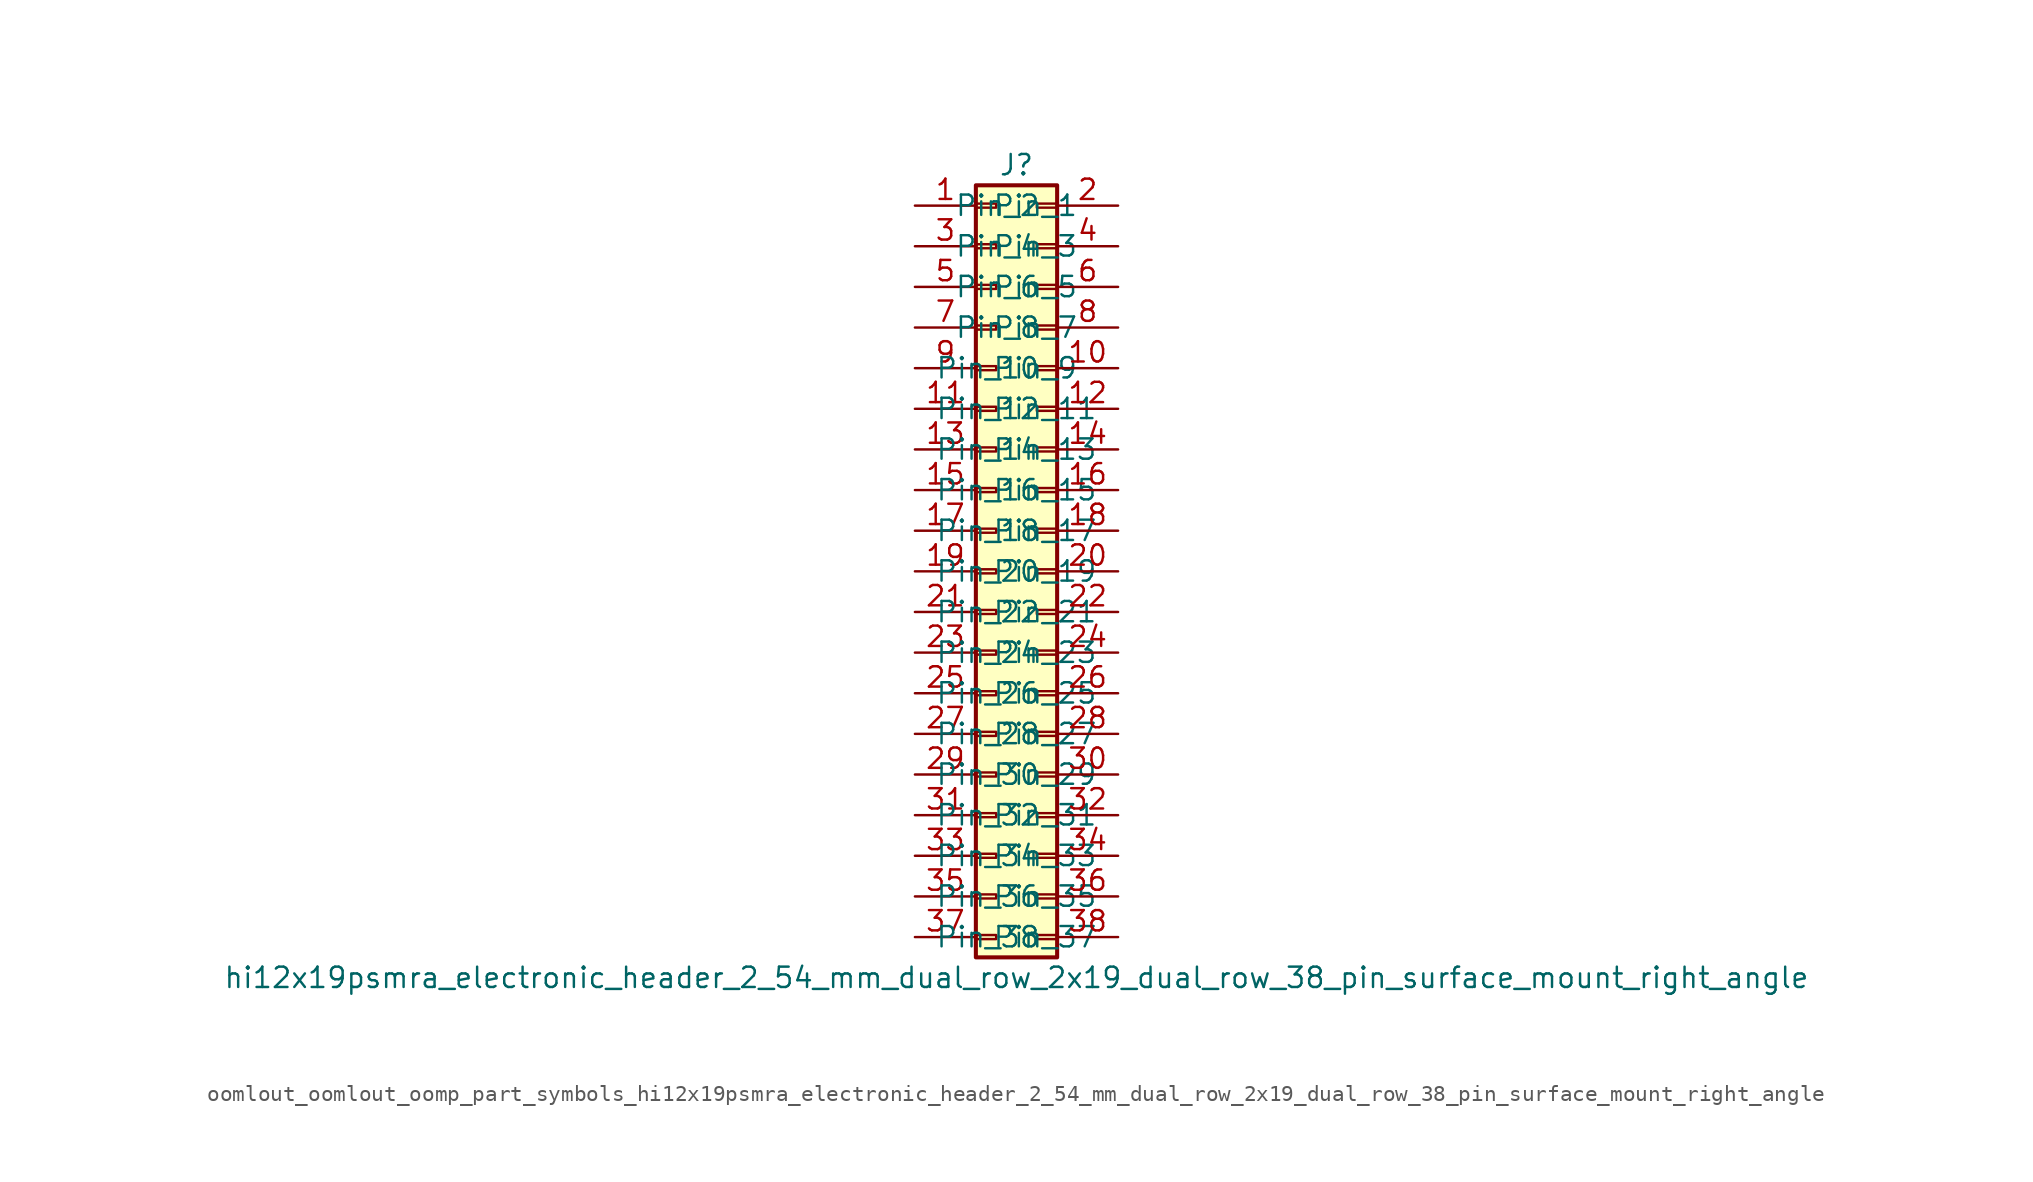
<source format=kicad_sym>
(kicad_symbol_lib
  (version 20220914)
  (generator kicad_symbol_editor)
  (symbol "oomlout_oomlout_oomp_part_symbols_hi12x19psmra_electronic_header_2_54_mm_dual_row_2x19_dual_row_38_pin_surface_mount_right_angle"
    (pin_names
      (offset 1.016))
    (property "Reference" "J"
      (at 1.27 25.4 0)
      (effects (font (size 1.27 1.27))))
    (property "Value" "hi12x19psmra_electronic_header_2_54_mm_dual_row_2x19_dual_row_38_pin_surface_mount_right_angle"
      (at 1.27 -25.4 0)
      (effects (font (size 1.27 1.27))))
    (symbol "oomlout_oomlout_oomp_part_symbols_hi12x19psmra_electronic_header_2_54_mm_dual_row_2x19_dual_row_38_pin_surface_mount_right_angle_1_1"
      (rectangle (start -1.27 -22.733) (end 0 -22.987) (stroke (width 0.152) (type default)) (fill (type none)))
      (rectangle (start -1.27 -20.193) (end 0 -20.447) (stroke (width 0.152) (type default)) (fill (type none)))
      (rectangle (start -1.27 -17.653) (end 0 -17.907) (stroke (width 0.152) (type default)) (fill (type none)))
      (rectangle (start -1.27 -15.113) (end 0 -15.367) (stroke (width 0.152) (type default)) (fill (type none)))
      (rectangle (start -1.27 -12.573) (end 0 -12.827) (stroke (width 0.152) (type default)) (fill (type none)))
      (rectangle (start -1.27 -10.033) (end 0 -10.287) (stroke (width 0.152) (type default)) (fill (type none)))
      (rectangle (start -1.27 -7.493) (end 0 -7.747) (stroke (width 0.152) (type default)) (fill (type none)))
      (rectangle (start -1.27 -4.953) (end 0 -5.207) (stroke (width 0.152) (type default)) (fill (type none)))
      (rectangle (start -1.27 -2.413) (end 0 -2.667) (stroke (width 0.152) (type default)) (fill (type none)))
      (rectangle (start -1.27 0.127) (end 0 -0.127) (stroke (width 0.152) (type default)) (fill (type none)))
      (rectangle (start -1.27 2.667) (end 0 2.413) (stroke (width 0.152) (type default)) (fill (type none)))
      (rectangle (start -1.27 5.207) (end 0 4.953) (stroke (width 0.152) (type default)) (fill (type none)))
      (rectangle (start -1.27 7.747) (end 0 7.493) (stroke (width 0.152) (type default)) (fill (type none)))
      (rectangle (start -1.27 10.287) (end 0 10.033) (stroke (width 0.152) (type default)) (fill (type none)))
      (rectangle (start -1.27 12.827) (end 0 12.573) (stroke (width 0.152) (type default)) (fill (type none)))
      (rectangle (start -1.27 15.367) (end 0 15.113) (stroke (width 0.152) (type default)) (fill (type none)))
      (rectangle (start -1.27 17.907) (end 0 17.653) (stroke (width 0.152) (type default)) (fill (type none)))
      (rectangle (start -1.27 20.447) (end 0 20.193) (stroke (width 0.152) (type default)) (fill (type none)))
      (rectangle (start -1.27 22.987) (end 0 22.733) (stroke (width 0.152) (type default)) (fill (type none)))
      (rectangle (start -1.27 24.13) (end 3.81 -24.13) (stroke (width 0.254) (type default)) (fill (type background)))
      (rectangle (start 3.81 -22.733) (end 2.54 -22.987) (stroke (width 0.152) (type default)) (fill (type none)))
      (rectangle (start 3.81 -20.193) (end 2.54 -20.447) (stroke (width 0.152) (type default)) (fill (type none)))
      (rectangle (start 3.81 -17.653) (end 2.54 -17.907) (stroke (width 0.152) (type default)) (fill (type none)))
      (rectangle (start 3.81 -15.113) (end 2.54 -15.367) (stroke (width 0.152) (type default)) (fill (type none)))
      (rectangle (start 3.81 -12.573) (end 2.54 -12.827) (stroke (width 0.152) (type default)) (fill (type none)))
      (rectangle (start 3.81 -10.033) (end 2.54 -10.287) (stroke (width 0.152) (type default)) (fill (type none)))
      (rectangle (start 3.81 -7.493) (end 2.54 -7.747) (stroke (width 0.152) (type default)) (fill (type none)))
      (rectangle (start 3.81 -4.953) (end 2.54 -5.207) (stroke (width 0.152) (type default)) (fill (type none)))
      (rectangle (start 3.81 -2.413) (end 2.54 -2.667) (stroke (width 0.152) (type default)) (fill (type none)))
      (rectangle (start 3.81 0.127) (end 2.54 -0.127) (stroke (width 0.152) (type default)) (fill (type none)))
      (rectangle (start 3.81 2.667) (end 2.54 2.413) (stroke (width 0.152) (type default)) (fill (type none)))
      (rectangle (start 3.81 5.207) (end 2.54 4.953) (stroke (width 0.152) (type default)) (fill (type none)))
      (rectangle (start 3.81 7.747) (end 2.54 7.493) (stroke (width 0.152) (type default)) (fill (type none)))
      (rectangle (start 3.81 10.287) (end 2.54 10.033) (stroke (width 0.152) (type default)) (fill (type none)))
      (rectangle (start 3.81 12.827) (end 2.54 12.573) (stroke (width 0.152) (type default)) (fill (type none)))
      (rectangle (start 3.81 15.367) (end 2.54 15.113) (stroke (width 0.152) (type default)) (fill (type none)))
      (rectangle (start 3.81 17.907) (end 2.54 17.653) (stroke (width 0.152) (type default)) (fill (type none)))
      (rectangle (start 3.81 20.447) (end 2.54 20.193) (stroke (width 0.152) (type default)) (fill (type none)))
      (rectangle (start 3.81 22.987) (end 2.54 22.733) (stroke (width 0.152) (type default)) (fill (type none)))
      (pin passive line (at -5.08 22.86 0) (length 3.81) (name "Pin_1" (effects (font (size 1.27 1.27)))) (number "1" (effects (font (size 1.27 1.27)))))
      (pin passive line (at 7.62 12.7 180) (length 3.81) (name "Pin_10" (effects (font (size 1.27 1.27)))) (number "10" (effects (font (size 1.27 1.27)))))
      (pin passive line (at -5.08 10.16 0) (length 3.81) (name "Pin_11" (effects (font (size 1.27 1.27)))) (number "11" (effects (font (size 1.27 1.27)))))
      (pin passive line (at 7.62 10.16 180) (length 3.81) (name "Pin_12" (effects (font (size 1.27 1.27)))) (number "12" (effects (font (size 1.27 1.27)))))
      (pin passive line (at -5.08 7.62 0) (length 3.81) (name "Pin_13" (effects (font (size 1.27 1.27)))) (number "13" (effects (font (size 1.27 1.27)))))
      (pin passive line (at 7.62 7.62 180) (length 3.81) (name "Pin_14" (effects (font (size 1.27 1.27)))) (number "14" (effects (font (size 1.27 1.27)))))
      (pin passive line (at -5.08 5.08 0) (length 3.81) (name "Pin_15" (effects (font (size 1.27 1.27)))) (number "15" (effects (font (size 1.27 1.27)))))
      (pin passive line (at 7.62 5.08 180) (length 3.81) (name "Pin_16" (effects (font (size 1.27 1.27)))) (number "16" (effects (font (size 1.27 1.27)))))
      (pin passive line (at -5.08 2.54 0) (length 3.81) (name "Pin_17" (effects (font (size 1.27 1.27)))) (number "17" (effects (font (size 1.27 1.27)))))
      (pin passive line (at 7.62 2.54 180) (length 3.81) (name "Pin_18" (effects (font (size 1.27 1.27)))) (number "18" (effects (font (size 1.27 1.27)))))
      (pin passive line (at -5.08 0 0) (length 3.81) (name "Pin_19" (effects (font (size 1.27 1.27)))) (number "19" (effects (font (size 1.27 1.27)))))
      (pin passive line (at 7.62 22.86 180) (length 3.81) (name "Pin_2" (effects (font (size 1.27 1.27)))) (number "2" (effects (font (size 1.27 1.27)))))
      (pin passive line (at 7.62 0 180) (length 3.81) (name "Pin_20" (effects (font (size 1.27 1.27)))) (number "20" (effects (font (size 1.27 1.27)))))
      (pin passive line (at -5.08 -2.54 0) (length 3.81) (name "Pin_21" (effects (font (size 1.27 1.27)))) (number "21" (effects (font (size 1.27 1.27)))))
      (pin passive line (at 7.62 -2.54 180) (length 3.81) (name "Pin_22" (effects (font (size 1.27 1.27)))) (number "22" (effects (font (size 1.27 1.27)))))
      (pin passive line (at -5.08 -5.08 0) (length 3.81) (name "Pin_23" (effects (font (size 1.27 1.27)))) (number "23" (effects (font (size 1.27 1.27)))))
      (pin passive line (at 7.62 -5.08 180) (length 3.81) (name "Pin_24" (effects (font (size 1.27 1.27)))) (number "24" (effects (font (size 1.27 1.27)))))
      (pin passive line (at -5.08 -7.62 0) (length 3.81) (name "Pin_25" (effects (font (size 1.27 1.27)))) (number "25" (effects (font (size 1.27 1.27)))))
      (pin passive line (at 7.62 -7.62 180) (length 3.81) (name "Pin_26" (effects (font (size 1.27 1.27)))) (number "26" (effects (font (size 1.27 1.27)))))
      (pin passive line (at -5.08 -10.16 0) (length 3.81) (name "Pin_27" (effects (font (size 1.27 1.27)))) (number "27" (effects (font (size 1.27 1.27)))))
      (pin passive line (at 7.62 -10.16 180) (length 3.81) (name "Pin_28" (effects (font (size 1.27 1.27)))) (number "28" (effects (font (size 1.27 1.27)))))
      (pin passive line (at -5.08 -12.7 0) (length 3.81) (name "Pin_29" (effects (font (size 1.27 1.27)))) (number "29" (effects (font (size 1.27 1.27)))))
      (pin passive line (at -5.08 20.32 0) (length 3.81) (name "Pin_3" (effects (font (size 1.27 1.27)))) (number "3" (effects (font (size 1.27 1.27)))))
      (pin passive line (at 7.62 -12.7 180) (length 3.81) (name "Pin_30" (effects (font (size 1.27 1.27)))) (number "30" (effects (font (size 1.27 1.27)))))
      (pin passive line (at -5.08 -15.24 0) (length 3.81) (name "Pin_31" (effects (font (size 1.27 1.27)))) (number "31" (effects (font (size 1.27 1.27)))))
      (pin passive line (at 7.62 -15.24 180) (length 3.81) (name "Pin_32" (effects (font (size 1.27 1.27)))) (number "32" (effects (font (size 1.27 1.27)))))
      (pin passive line (at -5.08 -17.78 0) (length 3.81) (name "Pin_33" (effects (font (size 1.27 1.27)))) (number "33" (effects (font (size 1.27 1.27)))))
      (pin passive line (at 7.62 -17.78 180) (length 3.81) (name "Pin_34" (effects (font (size 1.27 1.27)))) (number "34" (effects (font (size 1.27 1.27)))))
      (pin passive line (at -5.08 -20.32 0) (length 3.81) (name "Pin_35" (effects (font (size 1.27 1.27)))) (number "35" (effects (font (size 1.27 1.27)))))
      (pin passive line (at 7.62 -20.32 180) (length 3.81) (name "Pin_36" (effects (font (size 1.27 1.27)))) (number "36" (effects (font (size 1.27 1.27)))))
      (pin passive line (at -5.08 -22.86 0) (length 3.81) (name "Pin_37" (effects (font (size 1.27 1.27)))) (number "37" (effects (font (size 1.27 1.27)))))
      (pin passive line (at 7.62 -22.86 180) (length 3.81) (name "Pin_38" (effects (font (size 1.27 1.27)))) (number "38" (effects (font (size 1.27 1.27)))))
      (pin passive line (at 7.62 20.32 180) (length 3.81) (name "Pin_4" (effects (font (size 1.27 1.27)))) (number "4" (effects (font (size 1.27 1.27)))))
      (pin passive line (at -5.08 17.78 0) (length 3.81) (name "Pin_5" (effects (font (size 1.27 1.27)))) (number "5" (effects (font (size 1.27 1.27)))))
      (pin passive line (at 7.62 17.78 180) (length 3.81) (name "Pin_6" (effects (font (size 1.27 1.27)))) (number "6" (effects (font (size 1.27 1.27)))))
      (pin passive line (at -5.08 15.24 0) (length 3.81) (name "Pin_7" (effects (font (size 1.27 1.27)))) (number "7" (effects (font (size 1.27 1.27)))))
      (pin passive line (at 7.62 15.24 180) (length 3.81) (name "Pin_8" (effects (font (size 1.27 1.27)))) (number "8" (effects (font (size 1.27 1.27)))))
      (pin passive line (at -5.08 12.7 0) (length 3.81) (name "Pin_9" (effects (font (size 1.27 1.27)))) (number "9" (effects (font (size 1.27 1.27))))))))
</source>
